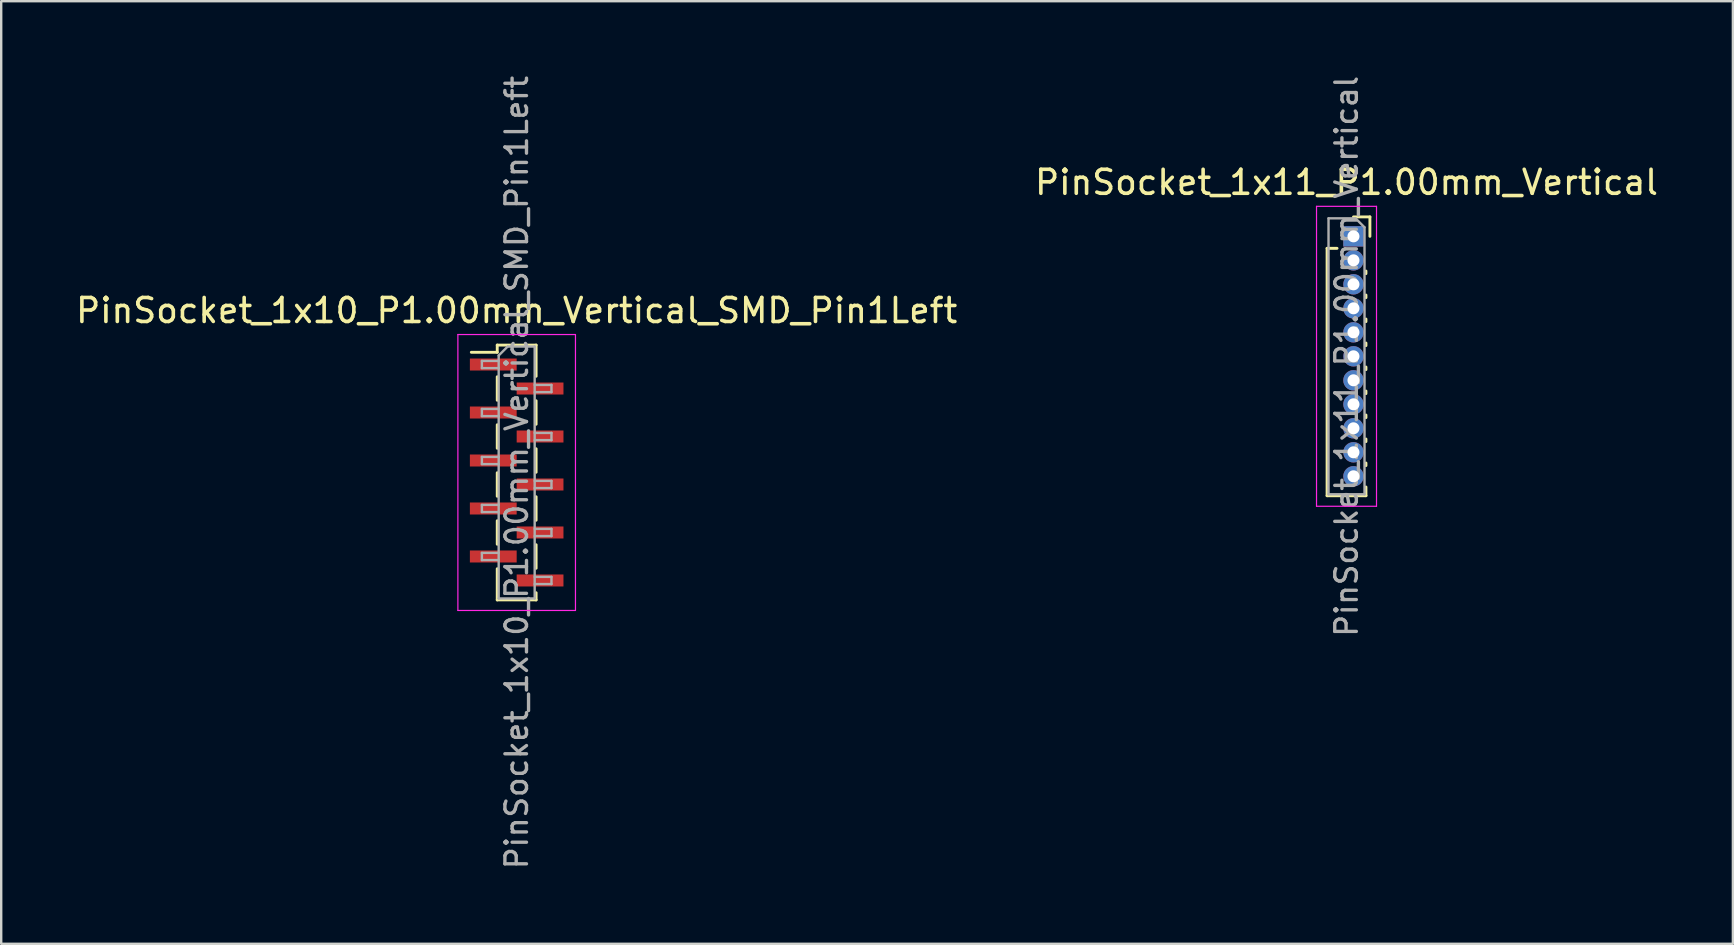
<source format=kicad_pcb>
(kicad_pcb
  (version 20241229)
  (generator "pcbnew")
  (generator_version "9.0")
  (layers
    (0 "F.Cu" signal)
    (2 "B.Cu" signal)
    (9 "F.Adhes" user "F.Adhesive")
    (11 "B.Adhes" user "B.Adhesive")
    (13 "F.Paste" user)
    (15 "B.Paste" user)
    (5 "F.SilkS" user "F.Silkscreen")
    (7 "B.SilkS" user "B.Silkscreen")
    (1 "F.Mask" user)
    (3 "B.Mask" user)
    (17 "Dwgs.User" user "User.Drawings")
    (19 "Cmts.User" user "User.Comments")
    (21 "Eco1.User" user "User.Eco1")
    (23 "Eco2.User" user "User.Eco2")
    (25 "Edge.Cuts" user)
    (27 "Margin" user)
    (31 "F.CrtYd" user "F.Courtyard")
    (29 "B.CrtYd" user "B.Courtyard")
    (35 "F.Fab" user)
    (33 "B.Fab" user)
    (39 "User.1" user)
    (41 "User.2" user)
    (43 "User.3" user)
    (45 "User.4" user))
  (footprint "PinSocket_1x10_P1.00mm_Vertical_SMD_Pin1Left"
    (layer "F.Cu")
    (at 18.482 16.641)
    (property "Reference" "PinSocket_1x10_P1.00mm_Vertical_SMD_Pin1Left" (at 0 -6.75 0) (layer "F.SilkS") (effects (font (size 1 1) (thickness 0.15))))
    (attr smd)
    (fp_line (start -1.89 -5.01) (end -0.81 -5.01) (stroke (width 0.12) (type solid)) (layer "F.SilkS"))
    (fp_line (start -0.81 -5.31) (end -0.81 -5.01) (stroke (width 0.12) (type solid)) (layer "F.SilkS"))
    (fp_line (start -0.81 -5.31) (end 0.81 -5.31) (stroke (width 0.12) (type solid)) (layer "F.SilkS"))
    (fp_line (start -0.81 -3.99) (end -0.81 -3.01) (stroke (width 0.12) (type solid)) (layer "F.SilkS"))
    (fp_line (start -0.81 -1.99) (end -0.81 -1.01) (stroke (width 0.12) (type solid)) (layer "F.SilkS"))
    (fp_line (start -0.81 0.01) (end -0.81 0.99) (stroke (width 0.12) (type solid)) (layer "F.SilkS"))
    (fp_line (start -0.81 2.01) (end -0.81 2.99) (stroke (width 0.12) (type solid)) (layer "F.SilkS"))
    (fp_line (start -0.81 4.01) (end -0.81 5.31) (stroke (width 0.12) (type solid)) (layer "F.SilkS"))
    (fp_line (start -0.81 5.31) (end 0.81 5.31) (stroke (width 0.12) (type solid)) (layer "F.SilkS"))
    (fp_line (start 0.81 -5.31) (end 0.81 -4.01) (stroke (width 0.12) (type solid)) (layer "F.SilkS"))
    (fp_line (start 0.81 -2.99) (end 0.81 -2.01) (stroke (width 0.12) (type solid)) (layer "F.SilkS"))
    (fp_line (start 0.81 -0.99) (end 0.81 -0.01) (stroke (width 0.12) (type solid)) (layer "F.SilkS"))
    (fp_line (start 0.81 1.01) (end 0.81 1.99) (stroke (width 0.12) (type solid)) (layer "F.SilkS"))
    (fp_line (start 0.81 3.01) (end 0.81 3.99) (stroke (width 0.12) (type solid)) (layer "F.SilkS"))
    (fp_line (start 0.81 5.01) (end 0.81 5.31) (stroke (width 0.12) (type solid)) (layer "F.SilkS"))
    (fp_line (start -2.45 -5.75) (end 2.45 -5.75) (stroke (width 0.05) (type solid)) (layer "F.CrtYd"))
    (fp_line (start -2.45 5.75) (end -2.45 -5.75) (stroke (width 0.05) (type solid)) (layer "F.CrtYd"))
    (fp_line (start 2.45 -5.75) (end 2.45 5.75) (stroke (width 0.05) (type solid)) (layer "F.CrtYd"))
    (fp_line (start 2.45 5.75) (end -2.45 5.75) (stroke (width 0.05) (type solid)) (layer "F.CrtYd"))
    (fp_line (start -1.45 -4.65) (end -0.75 -4.65) (stroke (width 0.1) (type solid)) (layer "F.Fab"))
    (fp_line (start -1.45 -4.35) (end -1.45 -4.65) (stroke (width 0.1) (type solid)) (layer "F.Fab"))
    (fp_line (start -1.45 -2.65) (end -0.75 -2.65) (stroke (width 0.1) (type solid)) (layer "F.Fab"))
    (fp_line (start -1.45 -2.35) (end -1.45 -2.65) (stroke (width 0.1) (type solid)) (layer "F.Fab"))
    (fp_line (start -1.45 -0.65) (end -0.75 -0.65) (stroke (width 0.1) (type solid)) (layer "F.Fab"))
    (fp_line (start -1.45 -0.35) (end -1.45 -0.65) (stroke (width 0.1) (type solid)) (layer "F.Fab"))
    (fp_line (start -1.45 1.35) (end -0.75 1.35) (stroke (width 0.1) (type solid)) (layer "F.Fab"))
    (fp_line (start -1.45 1.65) (end -1.45 1.35) (stroke (width 0.1) (type solid)) (layer "F.Fab"))
    (fp_line (start -1.45 3.35) (end -0.75 3.35) (stroke (width 0.1) (type solid)) (layer "F.Fab"))
    (fp_line (start -1.45 3.65) (end -1.45 3.35) (stroke (width 0.1) (type solid)) (layer "F.Fab"))
    (fp_line (start -0.75 -4.875) (end -0.375 -5.25) (stroke (width 0.1) (type solid)) (layer "F.Fab"))
    (fp_line (start -0.75 -4.35) (end -1.45 -4.35) (stroke (width 0.1) (type solid)) (layer "F.Fab"))
    (fp_line (start -0.75 -2.35) (end -1.45 -2.35) (stroke (width 0.1) (type solid)) (layer "F.Fab"))
    (fp_line (start -0.75 -0.35) (end -1.45 -0.35) (stroke (width 0.1) (type solid)) (layer "F.Fab"))
    (fp_line (start -0.75 1.65) (end -1.45 1.65) (stroke (width 0.1) (type solid)) (layer "F.Fab"))
    (fp_line (start -0.75 3.65) (end -1.45 3.65) (stroke (width 0.1) (type solid)) (layer "F.Fab"))
    (fp_line (start -0.75 5.25) (end -0.75 -4.875) (stroke (width 0.1) (type solid)) (layer "F.Fab"))
    (fp_line (start -0.375 -5.25) (end 0.75 -5.25) (stroke (width 0.1) (type solid)) (layer "F.Fab"))
    (fp_line (start 0.75 -5.25) (end 0.75 5.25) (stroke (width 0.1) (type solid)) (layer "F.Fab"))
    (fp_line (start 0.75 -3.65) (end 1.45 -3.65) (stroke (width 0.1) (type solid)) (layer "F.Fab"))
    (fp_line (start 0.75 -1.65) (end 1.45 -1.65) (stroke (width 0.1) (type solid)) (layer "F.Fab"))
    (fp_line (start 0.75 0.35) (end 1.45 0.35) (stroke (width 0.1) (type solid)) (layer "F.Fab"))
    (fp_line (start 0.75 2.35) (end 1.45 2.35) (stroke (width 0.1) (type solid)) (layer "F.Fab"))
    (fp_line (start 0.75 4.35) (end 1.45 4.35) (stroke (width 0.1) (type solid)) (layer "F.Fab"))
    (fp_line (start 0.75 5.25) (end -0.75 5.25) (stroke (width 0.1) (type solid)) (layer "F.Fab"))
    (fp_line (start 1.45 -3.65) (end 1.45 -3.35) (stroke (width 0.1) (type solid)) (layer "F.Fab"))
    (fp_line (start 1.45 -3.35) (end 0.75 -3.35) (stroke (width 0.1) (type solid)) (layer "F.Fab"))
    (fp_line (start 1.45 -1.65) (end 1.45 -1.35) (stroke (width 0.1) (type solid)) (layer "F.Fab"))
    (fp_line (start 1.45 -1.35) (end 0.75 -1.35) (stroke (width 0.1) (type solid)) (layer "F.Fab"))
    (fp_line (start 1.45 0.35) (end 1.45 0.65) (stroke (width 0.1) (type solid)) (layer "F.Fab"))
    (fp_line (start 1.45 0.65) (end 0.75 0.65) (stroke (width 0.1) (type solid)) (layer "F.Fab"))
    (fp_line (start 1.45 2.35) (end 1.45 2.65) (stroke (width 0.1) (type solid)) (layer "F.Fab"))
    (fp_line (start 1.45 2.65) (end 0.75 2.65) (stroke (width 0.1) (type solid)) (layer "F.Fab"))
    (fp_line (start 1.45 4.35) (end 1.45 4.65) (stroke (width 0.1) (type solid)) (layer "F.Fab"))
    (fp_line (start 1.45 4.65) (end 0.75 4.65) (stroke (width 0.1) (type solid)) (layer "F.Fab"))
    (fp_text user "${REFERENCE}" (at 0 0 90) (layer "F.Fab") (effects (font (size 0.9 0.9) (thickness 0.14))))
    (pad "1" smd rect (at -0.975 -4.5) (size 1.95 0.5) (layers "F.Cu" "F.Mask" "F.Paste"))
    (pad "2" smd rect (at 0.975 -3.5) (size 1.95 0.5) (layers "F.Cu" "F.Mask" "F.Paste"))
    (pad "3" smd rect (at -0.975 -2.5) (size 1.95 0.5) (layers "F.Cu" "F.Mask" "F.Paste"))
    (pad "4" smd rect (at 0.975 -1.5) (size 1.95 0.5) (layers "F.Cu" "F.Mask" "F.Paste"))
    (pad "5" smd rect (at -0.975 -0.5) (size 1.95 0.5) (layers "F.Cu" "F.Mask" "F.Paste"))
    (pad "6" smd rect (at 0.975 0.5) (size 1.95 0.5) (layers "F.Cu" "F.Mask" "F.Paste"))
    (pad "7" smd rect (at -0.975 1.5) (size 1.95 0.5) (layers "F.Cu" "F.Mask" "F.Paste"))
    (pad "8" smd rect (at 0.975 2.5) (size 1.95 0.5) (layers "F.Cu" "F.Mask" "F.Paste"))
    (pad "9" smd rect (at -0.975 3.5) (size 1.95 0.5) (layers "F.Cu" "F.Mask" "F.Paste"))
    (pad "10" smd rect (at 0.975 4.5) (size 1.95 0.5) (layers "F.Cu" "F.Mask" "F.Paste")))
  (footprint "PinSocket_1x11_P1.00mm_Vertical"
    (layer "F.Cu")
    (at 53.355 6.799)
    (property "Reference" "PinSocket_1x11_P1.00mm_Vertical" (at -0.29 -2.25 0) (layer "F.SilkS") (effects (font (size 1 1) (thickness 0.15))))
    (attr through_hole)
    (fp_line (start -1.1 0.5) (end -1.1 10.81) (stroke (width 0.12) (type solid)) (layer "F.SilkS"))
    (fp_line (start -1.1 0.5) (end -0.685 0.5) (stroke (width 0.12) (type solid)) (layer "F.SilkS"))
    (fp_line (start -1.1 10.81) (end 0.52 10.81) (stroke (width 0.12) (type solid)) (layer "F.SilkS"))
    (fp_line (start 0 -0.81) (end 0.685 -0.81) (stroke (width 0.12) (type solid)) (layer "F.SilkS"))
    (fp_line (start 0.52 1.446) (end 0.52 1.554) (stroke (width 0.12) (type solid)) (layer "F.SilkS"))
    (fp_line (start 0.52 2.446) (end 0.52 2.554) (stroke (width 0.12) (type solid)) (layer "F.SilkS"))
    (fp_line (start 0.52 3.446) (end 0.52 3.554) (stroke (width 0.12) (type solid)) (layer "F.SilkS"))
    (fp_line (start 0.52 4.446) (end 0.52 4.554) (stroke (width 0.12) (type solid)) (layer "F.SilkS"))
    (fp_line (start 0.52 5.446) (end 0.52 5.554) (stroke (width 0.12) (type solid)) (layer "F.SilkS"))
    (fp_line (start 0.52 6.446) (end 0.52 6.554) (stroke (width 0.12) (type solid)) (layer "F.SilkS"))
    (fp_line (start 0.52 7.446) (end 0.52 7.554) (stroke (width 0.12) (type solid)) (layer "F.SilkS"))
    (fp_line (start 0.52 8.446) (end 0.52 8.554) (stroke (width 0.12) (type solid)) (layer "F.SilkS"))
    (fp_line (start 0.52 9.446) (end 0.52 9.554) (stroke (width 0.12) (type solid)) (layer "F.SilkS"))
    (fp_line (start 0.52 10.446) (end 0.52 10.81) (stroke (width 0.12) (type solid)) (layer "F.SilkS"))
    (fp_line (start 0.685 -0.81) (end 0.685 0) (stroke (width 0.12) (type solid)) (layer "F.SilkS"))
    (fp_line (start -1.54 -1.25) (end 0.96 -1.25) (stroke (width 0.05) (type solid)) (layer "F.CrtYd"))
    (fp_line (start -1.54 11.25) (end -1.54 -1.25) (stroke (width 0.05) (type solid)) (layer "F.CrtYd"))
    (fp_line (start 0.96 -1.25) (end 0.96 11.25) (stroke (width 0.05) (type solid)) (layer "F.CrtYd"))
    (fp_line (start 0.96 11.25) (end -1.54 11.25) (stroke (width 0.05) (type solid)) (layer "F.CrtYd"))
    (fp_line (start -1.04 -0.75) (end 0.085 -0.75) (stroke (width 0.1) (type solid)) (layer "F.Fab"))
    (fp_line (start -1.04 10.75) (end -1.04 -0.75) (stroke (width 0.1) (type solid)) (layer "F.Fab"))
    (fp_line (start 0.085 -0.75) (end 0.46 -0.375) (stroke (width 0.1) (type solid)) (layer "F.Fab"))
    (fp_line (start 0.46 -0.375) (end 0.46 10.75) (stroke (width 0.1) (type solid)) (layer "F.Fab"))
    (fp_line (start 0.46 10.75) (end -1.04 10.75) (stroke (width 0.1) (type solid)) (layer "F.Fab"))
    (fp_text user "${REFERENCE}" (at -0.29 5 90) (layer "F.Fab") (effects (font (size 0.9 0.9) (thickness 0.14))))
    (pad "1" thru_hole rect (at 0 0) (size 0.85 0.85) (drill 0.5) (layers "*.Cu" "*.Mask"))
    (pad "2" thru_hole circle (at 0 1) (size 0.85 0.85) (drill 0.5) (layers "*.Cu" "*.Mask"))
    (pad "3" thru_hole circle (at 0 2) (size 0.85 0.85) (drill 0.5) (layers "*.Cu" "*.Mask"))
    (pad "4" thru_hole circle (at 0 3) (size 0.85 0.85) (drill 0.5) (layers "*.Cu" "*.Mask"))
    (pad "5" thru_hole circle (at 0 4) (size 0.85 0.85) (drill 0.5) (layers "*.Cu" "*.Mask"))
    (pad "6" thru_hole circle (at 0 5) (size 0.85 0.85) (drill 0.5) (layers "*.Cu" "*.Mask"))
    (pad "7" thru_hole circle (at 0 6) (size 0.85 0.85) (drill 0.5) (layers "*.Cu" "*.Mask"))
    (pad "8" thru_hole circle (at 0 7) (size 0.85 0.85) (drill 0.5) (layers "*.Cu" "*.Mask"))
    (pad "9" thru_hole circle (at 0 8) (size 0.85 0.85) (drill 0.5) (layers "*.Cu" "*.Mask"))
    (pad "10" thru_hole circle (at 0 9) (size 0.85 0.85) (drill 0.5) (layers "*.Cu" "*.Mask"))
    (pad "11" thru_hole circle (at 0 10) (size 0.85 0.85) (drill 0.5) (layers "*.Cu" "*.Mask")))
  (gr_rect
    (start -3 -3)
    (end 69.167 36.283)
    (stroke (width 0.1) (type default))
    (fill no)
    (layer "Edge.Cuts")))
</source>
